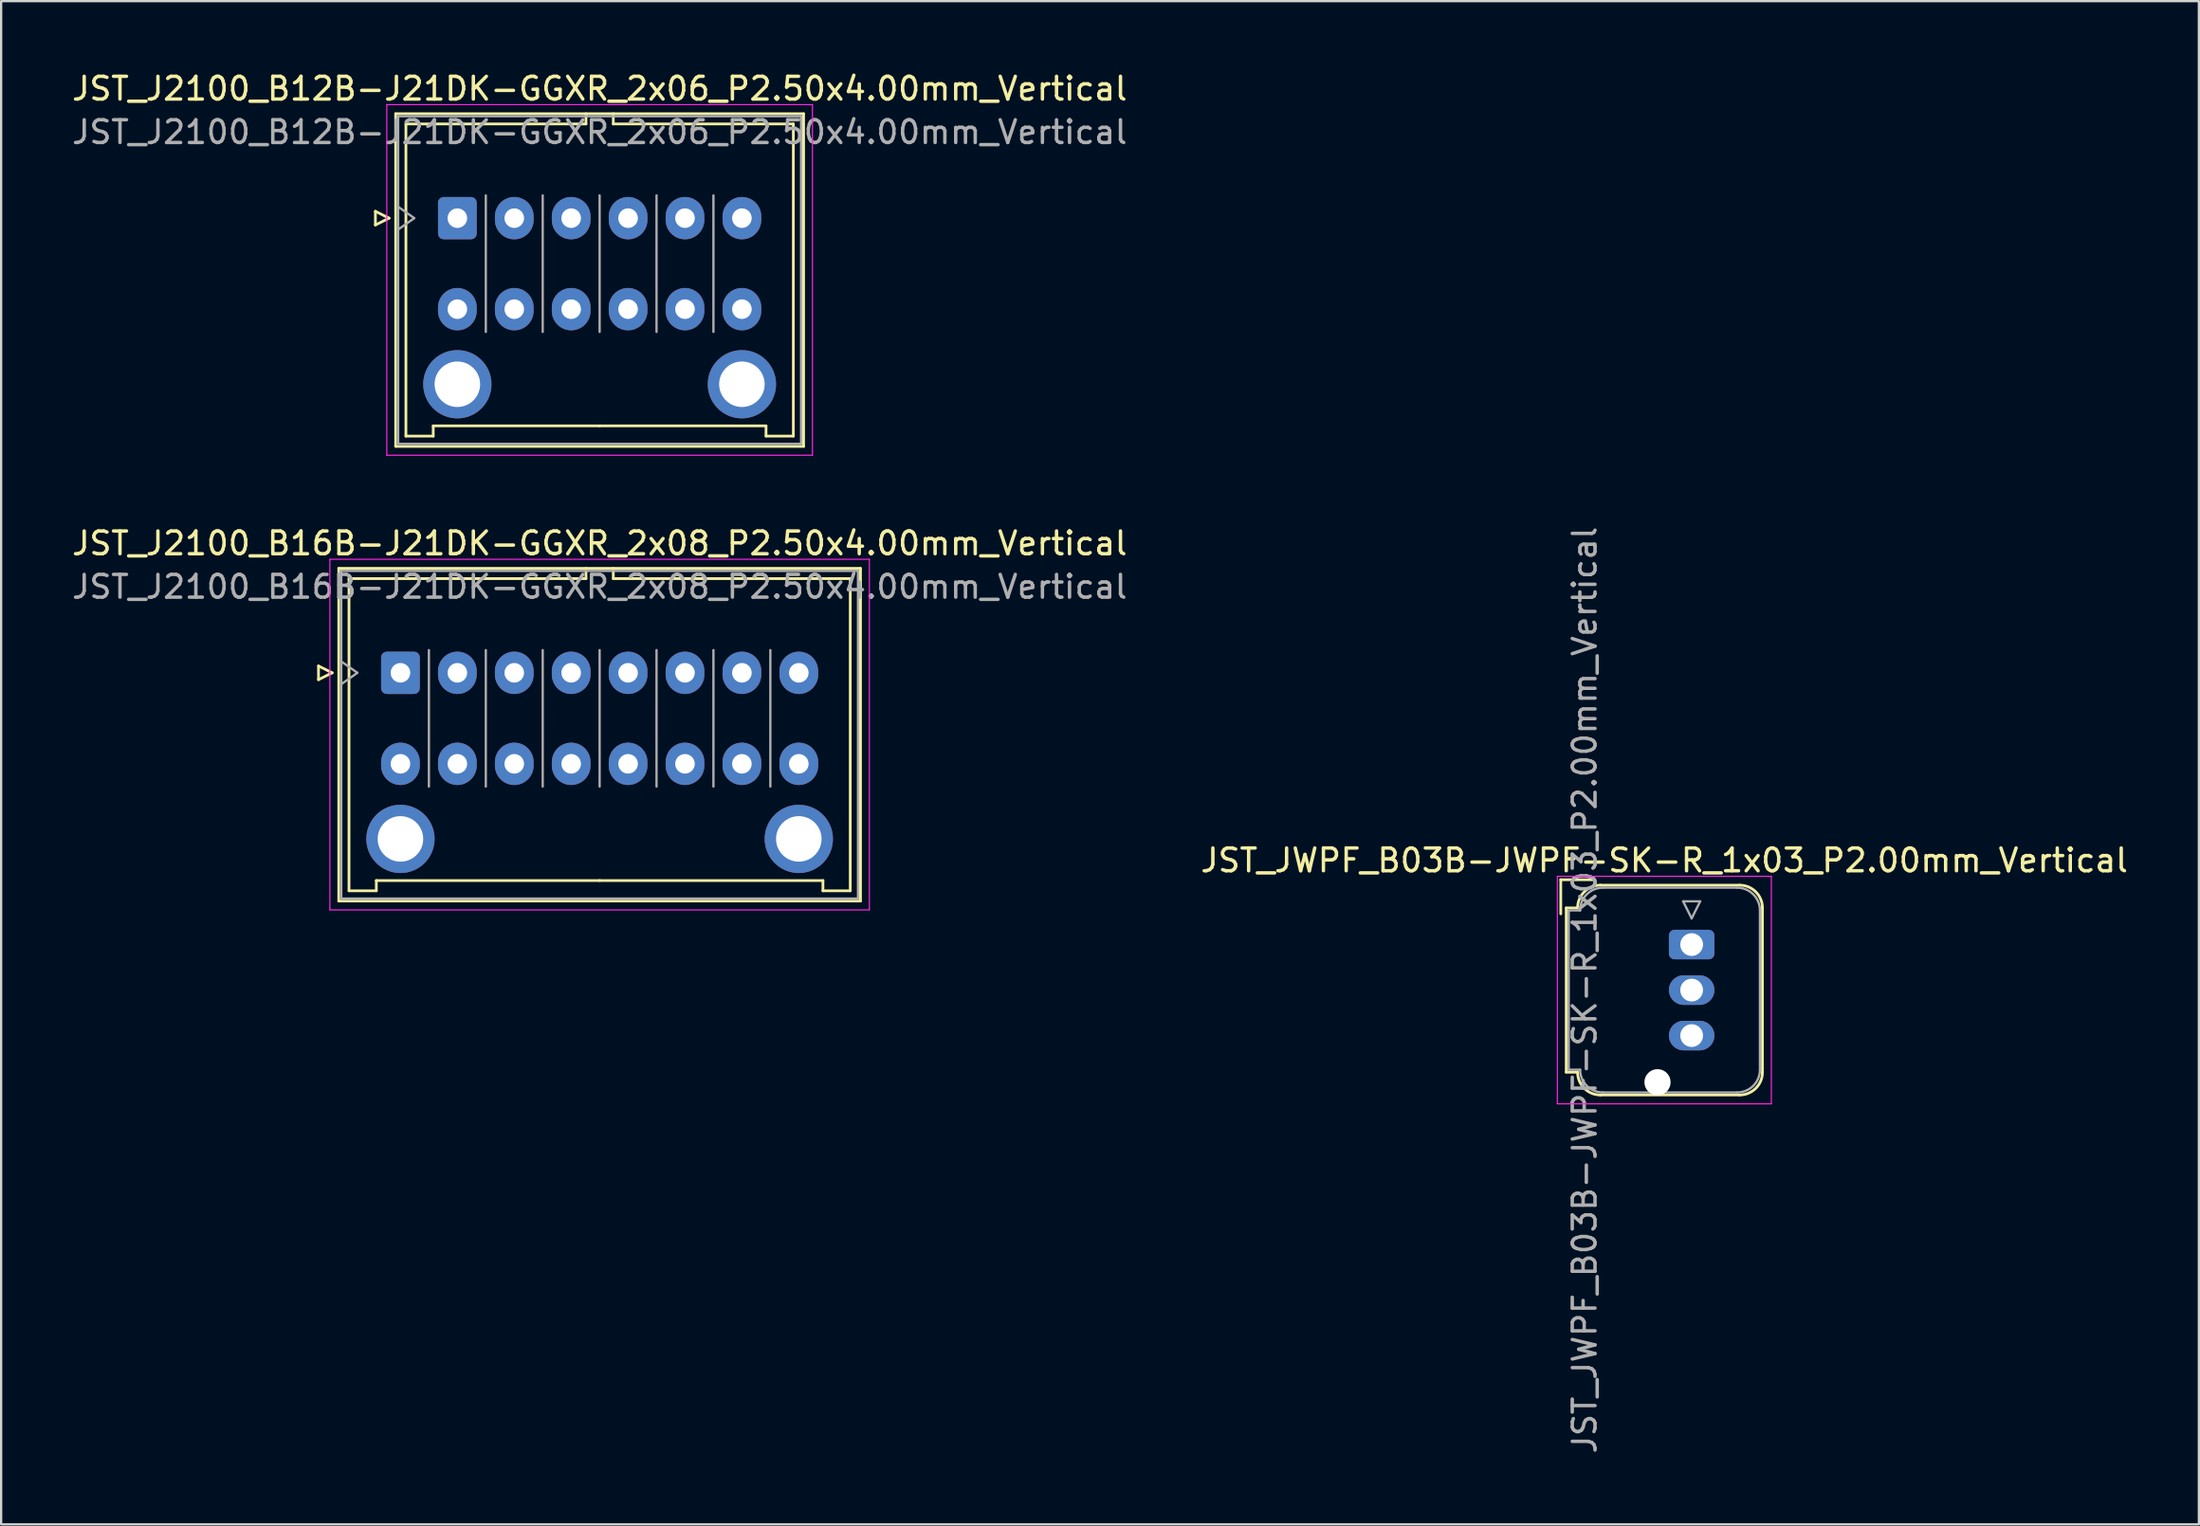
<source format=kicad_pcb>
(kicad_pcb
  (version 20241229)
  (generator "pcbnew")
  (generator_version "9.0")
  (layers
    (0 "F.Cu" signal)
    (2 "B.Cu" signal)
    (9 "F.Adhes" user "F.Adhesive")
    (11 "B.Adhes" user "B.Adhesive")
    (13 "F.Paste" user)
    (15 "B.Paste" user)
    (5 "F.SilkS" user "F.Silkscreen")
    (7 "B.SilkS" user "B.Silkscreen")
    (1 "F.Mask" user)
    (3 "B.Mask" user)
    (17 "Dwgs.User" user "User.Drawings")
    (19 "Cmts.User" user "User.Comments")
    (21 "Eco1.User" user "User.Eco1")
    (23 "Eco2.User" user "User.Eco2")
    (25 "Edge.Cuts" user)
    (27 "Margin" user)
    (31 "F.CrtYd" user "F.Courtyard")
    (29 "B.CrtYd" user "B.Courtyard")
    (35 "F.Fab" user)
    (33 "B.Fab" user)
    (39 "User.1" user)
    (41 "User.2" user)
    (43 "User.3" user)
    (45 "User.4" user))
  (footprint "JST_J2100_B12B-J21DK-GGXR_2x06_P2.50x4.00mm_Vertical"
    (layer "F.Cu")
    (at 17.042 6.538)
    (property "Reference" "JST_J2100_B12B-J21DK-GGXR_2x06_P2.50x4.00mm_Vertical" (at 6.25 -5.69 0) (layer "F.SilkS") (effects (font (size 1 1) (thickness 0.15))))
    (attr through_hole)
    (fp_line (start -3.6 -0.3) (end -3 0) (stroke (width 0.12) (type solid)) (layer "F.SilkS"))
    (fp_line (start -3.6 0.3) (end -3.6 -0.3) (stroke (width 0.12) (type solid)) (layer "F.SilkS"))
    (fp_line (start -3 0) (end -3.6 0.3) (stroke (width 0.12) (type solid)) (layer "F.SilkS"))
    (fp_line (start -2.71 -4.59) (end -2.71 10.03) (stroke (width 0.12) (type solid)) (layer "F.SilkS"))
    (fp_line (start -2.71 10.03) (end 15.21 10.03) (stroke (width 0.12) (type solid)) (layer "F.SilkS"))
    (fp_line (start -2.26 -4.14) (end -2.26 9.58) (stroke (width 0.12) (type solid)) (layer "F.SilkS"))
    (fp_line (start -2.26 9.58) (end -1.06 9.58) (stroke (width 0.12) (type solid)) (layer "F.SilkS"))
    (fp_line (start -1.06 9.13) (end 6.25 9.13) (stroke (width 0.12) (type solid)) (layer "F.SilkS"))
    (fp_line (start -1.06 9.58) (end -1.06 9.13) (stroke (width 0.12) (type solid)) (layer "F.SilkS"))
    (fp_line (start 5.65 -4.59) (end 5.65 -4.14) (stroke (width 0.12) (type solid)) (layer "F.SilkS"))
    (fp_line (start 5.65 -4.14) (end -2.26 -4.14) (stroke (width 0.12) (type solid)) (layer "F.SilkS"))
    (fp_line (start 6.85 -4.59) (end 6.85 -4.14) (stroke (width 0.12) (type solid)) (layer "F.SilkS"))
    (fp_line (start 6.85 -4.14) (end 14.76 -4.14) (stroke (width 0.12) (type solid)) (layer "F.SilkS"))
    (fp_line (start 13.56 9.13) (end 6.25 9.13) (stroke (width 0.12) (type solid)) (layer "F.SilkS"))
    (fp_line (start 13.56 9.58) (end 13.56 9.13) (stroke (width 0.12) (type solid)) (layer "F.SilkS"))
    (fp_line (start 14.76 -4.14) (end 14.76 9.58) (stroke (width 0.12) (type solid)) (layer "F.SilkS"))
    (fp_line (start 14.76 9.58) (end 13.56 9.58) (stroke (width 0.12) (type solid)) (layer "F.SilkS"))
    (fp_line (start 15.21 -4.59) (end -2.71 -4.59) (stroke (width 0.12) (type solid)) (layer "F.SilkS"))
    (fp_line (start 15.21 10.03) (end 15.21 -4.59) (stroke (width 0.12) (type solid)) (layer "F.SilkS"))
    (fp_line (start -3.1 -4.99) (end -3.1 10.42) (stroke (width 0.05) (type solid)) (layer "F.CrtYd"))
    (fp_line (start -3.1 10.42) (end 15.6 10.42) (stroke (width 0.05) (type solid)) (layer "F.CrtYd"))
    (fp_line (start 15.6 -4.99) (end -3.1 -4.99) (stroke (width 0.05) (type solid)) (layer "F.CrtYd"))
    (fp_line (start 15.6 10.42) (end 15.6 -4.99) (stroke (width 0.05) (type solid)) (layer "F.CrtYd"))
    (fp_line (start -2.6 -4.48) (end -2.6 9.92) (stroke (width 0.1) (type solid)) (layer "F.Fab"))
    (fp_line (start -2.6 0.5) (end -1.893 0) (stroke (width 0.1) (type solid)) (layer "F.Fab"))
    (fp_line (start -2.6 9.92) (end 15.1 9.92) (stroke (width 0.1) (type solid)) (layer "F.Fab"))
    (fp_line (start -1.893 0) (end -2.6 -0.5) (stroke (width 0.1) (type solid)) (layer "F.Fab"))
    (fp_line (start 1.25 5) (end 1.25 -1) (stroke (width 0.1) (type solid)) (layer "F.Fab"))
    (fp_line (start 3.75 5) (end 3.75 -1) (stroke (width 0.1) (type solid)) (layer "F.Fab"))
    (fp_line (start 6.25 5) (end 6.25 -1) (stroke (width 0.1) (type solid)) (layer "F.Fab"))
    (fp_line (start 8.75 5) (end 8.75 -1) (stroke (width 0.1) (type solid)) (layer "F.Fab"))
    (fp_line (start 11.25 5) (end 11.25 -1) (stroke (width 0.1) (type solid)) (layer "F.Fab"))
    (fp_line (start 15.1 -4.48) (end -2.6 -4.48) (stroke (width 0.1) (type solid)) (layer "F.Fab"))
    (fp_line (start 15.1 9.92) (end 15.1 -4.48) (stroke (width 0.1) (type solid)) (layer "F.Fab"))
    (fp_text user "${REFERENCE}" (at 6.25 -3.78 0) (layer "F.Fab") (effects (font (size 1 1) (thickness 0.15))))
    (pad "" thru_hole circle (at 0 7.3) (size 3 3) (drill 2) (layers "*.Cu" "*.Mask"))
    (pad "" thru_hole circle (at 12.5 7.3) (size 3 3) (drill 2) (layers "*.Cu" "*.Mask"))
    (pad "1" thru_hole roundrect (at 0 0) (size 1.7 1.86) (drill 0.86) (layers "*.Cu" "*.Mask") (roundrect_rratio 0.147))
    (pad "2" thru_hole oval (at 2.5 0) (size 1.7 1.86) (drill 0.86) (layers "*.Cu" "*.Mask"))
    (pad "3" thru_hole oval (at 5 0) (size 1.7 1.86) (drill 0.86) (layers "*.Cu" "*.Mask"))
    (pad "4" thru_hole oval (at 7.5 0) (size 1.7 1.86) (drill 0.86) (layers "*.Cu" "*.Mask"))
    (pad "5" thru_hole oval (at 10 0) (size 1.7 1.86) (drill 0.86) (layers "*.Cu" "*.Mask"))
    (pad "6" thru_hole oval (at 12.5 0) (size 1.7 1.86) (drill 0.86) (layers "*.Cu" "*.Mask"))
    (pad "7" thru_hole oval (at 0 4) (size 1.7 1.86) (drill 0.86) (layers "*.Cu" "*.Mask"))
    (pad "8" thru_hole oval (at 2.5 4) (size 1.7 1.86) (drill 0.86) (layers "*.Cu" "*.Mask"))
    (pad "9" thru_hole oval (at 5 4) (size 1.7 1.86) (drill 0.86) (layers "*.Cu" "*.Mask"))
    (pad "10" thru_hole oval (at 7.5 4) (size 1.7 1.86) (drill 0.86) (layers "*.Cu" "*.Mask"))
    (pad "11" thru_hole oval (at 10 4) (size 1.7 1.86) (drill 0.86) (layers "*.Cu" "*.Mask"))
    (pad "12" thru_hole oval (at 12.5 4) (size 1.7 1.86) (drill 0.86) (layers "*.Cu" "*.Mask")))
  (footprint "JST_JWPF_B03B-JWPF-SK-R_1x03_P2.00mm_Vertical"
    (layer "F.Cu")
    (at 71.265 38.465)
    (property "Reference" "JST_JWPF_B03B-JWPF-SK-R_1x03_P2.00mm_Vertical" (at -1.2 -3.7 0) (layer "F.SilkS") (effects (font (size 1 1) (thickness 0.15))))
    (attr through_hole)
    (fp_line (start -5.75 -2.85) (end -4.25 -2.85) (stroke (width 0.12) (type solid)) (layer "F.SilkS"))
    (fp_line (start -5.75 -1.35) (end -5.75 -2.85) (stroke (width 0.12) (type solid)) (layer "F.SilkS"))
    (fp_line (start -5.51 -1.61) (end -5.51 5.61) (stroke (width 0.12) (type solid)) (layer "F.SilkS"))
    (fp_line (start -5.51 5.61) (end -5.01 5.61) (stroke (width 0.12) (type solid)) (layer "F.SilkS"))
    (fp_line (start -5.01 -1.61) (end -5.51 -1.61) (stroke (width 0.12) (type solid)) (layer "F.SilkS"))
    (fp_line (start -4.01 -2.61) (end 2.11 -2.61) (stroke (width 0.12) (type solid)) (layer "F.SilkS"))
    (fp_line (start -4.01 6.61) (end 2.11 6.61) (stroke (width 0.12) (type solid)) (layer "F.SilkS"))
    (fp_line (start 3.11 -1.61) (end 3.11 5.61) (stroke (width 0.12) (type solid)) (layer "F.SilkS"))
    (fp_arc (start -5.01 -1.61) (mid -4.717107 -2.317107) (end -4.01 -2.61) (stroke (width 0.12) (type solid)) (layer "F.SilkS"))
    (fp_arc (start -4.01 6.61) (mid -4.717107 6.317107) (end -5.01 5.61) (stroke (width 0.12) (type solid)) (layer "F.SilkS"))
    (fp_arc (start 2.11 -2.61) (mid 2.817107 -2.317107) (end 3.11 -1.61) (stroke (width 0.12) (type solid)) (layer "F.SilkS"))
    (fp_arc (start 3.11 5.61) (mid 2.817107 6.317107) (end 2.11 6.61) (stroke (width 0.12) (type solid)) (layer "F.SilkS"))
    (fp_line (start -5.9 -3) (end -5.9 7) (stroke (width 0.05) (type solid)) (layer "F.CrtYd"))
    (fp_line (start -5.9 7) (end 3.5 7) (stroke (width 0.05) (type solid)) (layer "F.CrtYd"))
    (fp_line (start 3.5 -3) (end -5.9 -3) (stroke (width 0.05) (type solid)) (layer "F.CrtYd"))
    (fp_line (start 3.5 7) (end 3.5 -3) (stroke (width 0.05) (type solid)) (layer "F.CrtYd"))
    (fp_line (start -5.4 -1.5) (end -5.4 5.5) (stroke (width 0.1) (type solid)) (layer "F.Fab"))
    (fp_line (start -5.4 5.5) (end -4.9 5.5) (stroke (width 0.1) (type solid)) (layer "F.Fab"))
    (fp_line (start -4.9 -1.5) (end -5.4 -1.5) (stroke (width 0.1) (type solid)) (layer "F.Fab"))
    (fp_line (start -3.9 -2.5) (end 2 -2.5) (stroke (width 0.1) (type solid)) (layer "F.Fab"))
    (fp_line (start -3.9 6.5) (end 2 6.5) (stroke (width 0.1) (type solid)) (layer "F.Fab"))
    (fp_line (start -0.375 -1.9) (end 0.375 -1.9) (stroke (width 0.1) (type solid)) (layer "F.Fab"))
    (fp_line (start 0 -1.15) (end -0.375 -1.9) (stroke (width 0.1) (type solid)) (layer "F.Fab"))
    (fp_line (start 0.375 -1.9) (end 0 -1.15) (stroke (width 0.1) (type solid)) (layer "F.Fab"))
    (fp_line (start 3 -1.5) (end 3 5.5) (stroke (width 0.1) (type solid)) (layer "F.Fab"))
    (fp_arc (start -4.9 -1.5) (mid -4.607107 -2.207107) (end -3.9 -2.5) (stroke (width 0.1) (type solid)) (layer "F.Fab"))
    (fp_arc (start -3.9 6.5) (mid -4.607107 6.207107) (end -4.9 5.5) (stroke (width 0.1) (type solid)) (layer "F.Fab"))
    (fp_arc (start 2 -2.5) (mid 2.707107 -2.207107) (end 3 -1.5) (stroke (width 0.1) (type solid)) (layer "F.Fab"))
    (fp_arc (start 3 5.5) (mid 2.707107 6.207107) (end 2 6.5) (stroke (width 0.1) (type solid)) (layer "F.Fab"))
    (fp_text user "${REFERENCE}" (at -4.7 2 90) (layer "F.Fab") (effects (font (size 1 1) (thickness 0.15))))
    (pad "" np_thru_hole circle (at -1.5 6.05) (size 1.15 1.15) (drill 1.15) (layers "*.Cu" "*.Mask"))
    (pad "1" thru_hole roundrect (at 0 0) (size 2 1.3) (drill 1) (layers "*.Cu" "*.Mask") (roundrect_rratio 0.192))
    (pad "2" thru_hole oval (at 0 2) (size 2 1.3) (drill 1) (layers "*.Cu" "*.Mask"))
    (pad "3" thru_hole oval (at 0 4) (size 2 1.3) (drill 1) (layers "*.Cu" "*.Mask")))
  (footprint "JST_J2100_B16B-J21DK-GGXR_2x08_P2.50x4.00mm_Vertical"
    (layer "F.Cu")
    (at 14.542 26.521)
    (property "Reference" "JST_J2100_B16B-J21DK-GGXR_2x08_P2.50x4.00mm_Vertical" (at 8.75 -5.69 0) (layer "F.SilkS") (effects (font (size 1 1) (thickness 0.15))))
    (attr through_hole)
    (fp_line (start -3.6 -0.3) (end -3 0) (stroke (width 0.12) (type solid)) (layer "F.SilkS"))
    (fp_line (start -3.6 0.3) (end -3.6 -0.3) (stroke (width 0.12) (type solid)) (layer "F.SilkS"))
    (fp_line (start -3 0) (end -3.6 0.3) (stroke (width 0.12) (type solid)) (layer "F.SilkS"))
    (fp_line (start -2.71 -4.59) (end -2.71 10.03) (stroke (width 0.12) (type solid)) (layer "F.SilkS"))
    (fp_line (start -2.71 10.03) (end 20.21 10.03) (stroke (width 0.12) (type solid)) (layer "F.SilkS"))
    (fp_line (start -2.26 -4.14) (end -2.26 9.58) (stroke (width 0.12) (type solid)) (layer "F.SilkS"))
    (fp_line (start -2.26 9.58) (end -1.06 9.58) (stroke (width 0.12) (type solid)) (layer "F.SilkS"))
    (fp_line (start -1.06 9.13) (end 8.75 9.13) (stroke (width 0.12) (type solid)) (layer "F.SilkS"))
    (fp_line (start -1.06 9.58) (end -1.06 9.13) (stroke (width 0.12) (type solid)) (layer "F.SilkS"))
    (fp_line (start 8.15 -4.59) (end 8.15 -4.14) (stroke (width 0.12) (type solid)) (layer "F.SilkS"))
    (fp_line (start 8.15 -4.14) (end -2.26 -4.14) (stroke (width 0.12) (type solid)) (layer "F.SilkS"))
    (fp_line (start 9.35 -4.59) (end 9.35 -4.14) (stroke (width 0.12) (type solid)) (layer "F.SilkS"))
    (fp_line (start 9.35 -4.14) (end 19.76 -4.14) (stroke (width 0.12) (type solid)) (layer "F.SilkS"))
    (fp_line (start 18.56 9.13) (end 8.75 9.13) (stroke (width 0.12) (type solid)) (layer "F.SilkS"))
    (fp_line (start 18.56 9.58) (end 18.56 9.13) (stroke (width 0.12) (type solid)) (layer "F.SilkS"))
    (fp_line (start 19.76 -4.14) (end 19.76 9.58) (stroke (width 0.12) (type solid)) (layer "F.SilkS"))
    (fp_line (start 19.76 9.58) (end 18.56 9.58) (stroke (width 0.12) (type solid)) (layer "F.SilkS"))
    (fp_line (start 20.21 -4.59) (end -2.71 -4.59) (stroke (width 0.12) (type solid)) (layer "F.SilkS"))
    (fp_line (start 20.21 10.03) (end 20.21 -4.59) (stroke (width 0.12) (type solid)) (layer "F.SilkS"))
    (fp_line (start -3.1 -4.99) (end -3.1 10.42) (stroke (width 0.05) (type solid)) (layer "F.CrtYd"))
    (fp_line (start -3.1 10.42) (end 20.6 10.42) (stroke (width 0.05) (type solid)) (layer "F.CrtYd"))
    (fp_line (start 20.6 -4.99) (end -3.1 -4.99) (stroke (width 0.05) (type solid)) (layer "F.CrtYd"))
    (fp_line (start 20.6 10.42) (end 20.6 -4.99) (stroke (width 0.05) (type solid)) (layer "F.CrtYd"))
    (fp_line (start -2.6 -4.48) (end -2.6 9.92) (stroke (width 0.1) (type solid)) (layer "F.Fab"))
    (fp_line (start -2.6 0.5) (end -1.893 0) (stroke (width 0.1) (type solid)) (layer "F.Fab"))
    (fp_line (start -2.6 9.92) (end 20.1 9.92) (stroke (width 0.1) (type solid)) (layer "F.Fab"))
    (fp_line (start -1.893 0) (end -2.6 -0.5) (stroke (width 0.1) (type solid)) (layer "F.Fab"))
    (fp_line (start 1.25 5) (end 1.25 -1) (stroke (width 0.1) (type solid)) (layer "F.Fab"))
    (fp_line (start 3.75 5) (end 3.75 -1) (stroke (width 0.1) (type solid)) (layer "F.Fab"))
    (fp_line (start 6.25 5) (end 6.25 -1) (stroke (width 0.1) (type solid)) (layer "F.Fab"))
    (fp_line (start 8.75 5) (end 8.75 -1) (stroke (width 0.1) (type solid)) (layer "F.Fab"))
    (fp_line (start 11.25 5) (end 11.25 -1) (stroke (width 0.1) (type solid)) (layer "F.Fab"))
    (fp_line (start 13.75 5) (end 13.75 -1) (stroke (width 0.1) (type solid)) (layer "F.Fab"))
    (fp_line (start 16.25 5) (end 16.25 -1) (stroke (width 0.1) (type solid)) (layer "F.Fab"))
    (fp_line (start 20.1 -4.48) (end -2.6 -4.48) (stroke (width 0.1) (type solid)) (layer "F.Fab"))
    (fp_line (start 20.1 9.92) (end 20.1 -4.48) (stroke (width 0.1) (type solid)) (layer "F.Fab"))
    (fp_text user "${REFERENCE}" (at 8.75 -3.78 0) (layer "F.Fab") (effects (font (size 1 1) (thickness 0.15))))
    (pad "" thru_hole circle (at 0 7.3) (size 3 3) (drill 2) (layers "*.Cu" "*.Mask"))
    (pad "" thru_hole circle (at 17.5 7.3) (size 3 3) (drill 2) (layers "*.Cu" "*.Mask"))
    (pad "1" thru_hole roundrect (at 0 0) (size 1.7 1.86) (drill 0.86) (layers "*.Cu" "*.Mask") (roundrect_rratio 0.147))
    (pad "2" thru_hole oval (at 2.5 0) (size 1.7 1.86) (drill 0.86) (layers "*.Cu" "*.Mask"))
    (pad "3" thru_hole oval (at 5 0) (size 1.7 1.86) (drill 0.86) (layers "*.Cu" "*.Mask"))
    (pad "4" thru_hole oval (at 7.5 0) (size 1.7 1.86) (drill 0.86) (layers "*.Cu" "*.Mask"))
    (pad "5" thru_hole oval (at 10 0) (size 1.7 1.86) (drill 0.86) (layers "*.Cu" "*.Mask"))
    (pad "6" thru_hole oval (at 12.5 0) (size 1.7 1.86) (drill 0.86) (layers "*.Cu" "*.Mask"))
    (pad "7" thru_hole oval (at 15 0) (size 1.7 1.86) (drill 0.86) (layers "*.Cu" "*.Mask"))
    (pad "8" thru_hole oval (at 17.5 0) (size 1.7 1.86) (drill 0.86) (layers "*.Cu" "*.Mask"))
    (pad "9" thru_hole oval (at 0 4) (size 1.7 1.86) (drill 0.86) (layers "*.Cu" "*.Mask"))
    (pad "10" thru_hole oval (at 2.5 4) (size 1.7 1.86) (drill 0.86) (layers "*.Cu" "*.Mask"))
    (pad "11" thru_hole oval (at 5 4) (size 1.7 1.86) (drill 0.86) (layers "*.Cu" "*.Mask"))
    (pad "12" thru_hole oval (at 7.5 4) (size 1.7 1.86) (drill 0.86) (layers "*.Cu" "*.Mask"))
    (pad "13" thru_hole oval (at 10 4) (size 1.7 1.86) (drill 0.86) (layers "*.Cu" "*.Mask"))
    (pad "14" thru_hole oval (at 12.5 4) (size 1.7 1.86) (drill 0.86) (layers "*.Cu" "*.Mask"))
    (pad "15" thru_hole oval (at 15 4) (size 1.7 1.86) (drill 0.86) (layers "*.Cu" "*.Mask"))
    (pad "16" thru_hole oval (at 17.5 4) (size 1.7 1.86) (drill 0.86) (layers "*.Cu" "*.Mask")))
  (gr_rect
    (start -3 -3)
    (end 93.548 63.948)
    (stroke (width 0.1) (type default))
    (fill no)
    (layer "Edge.Cuts")))
</source>
